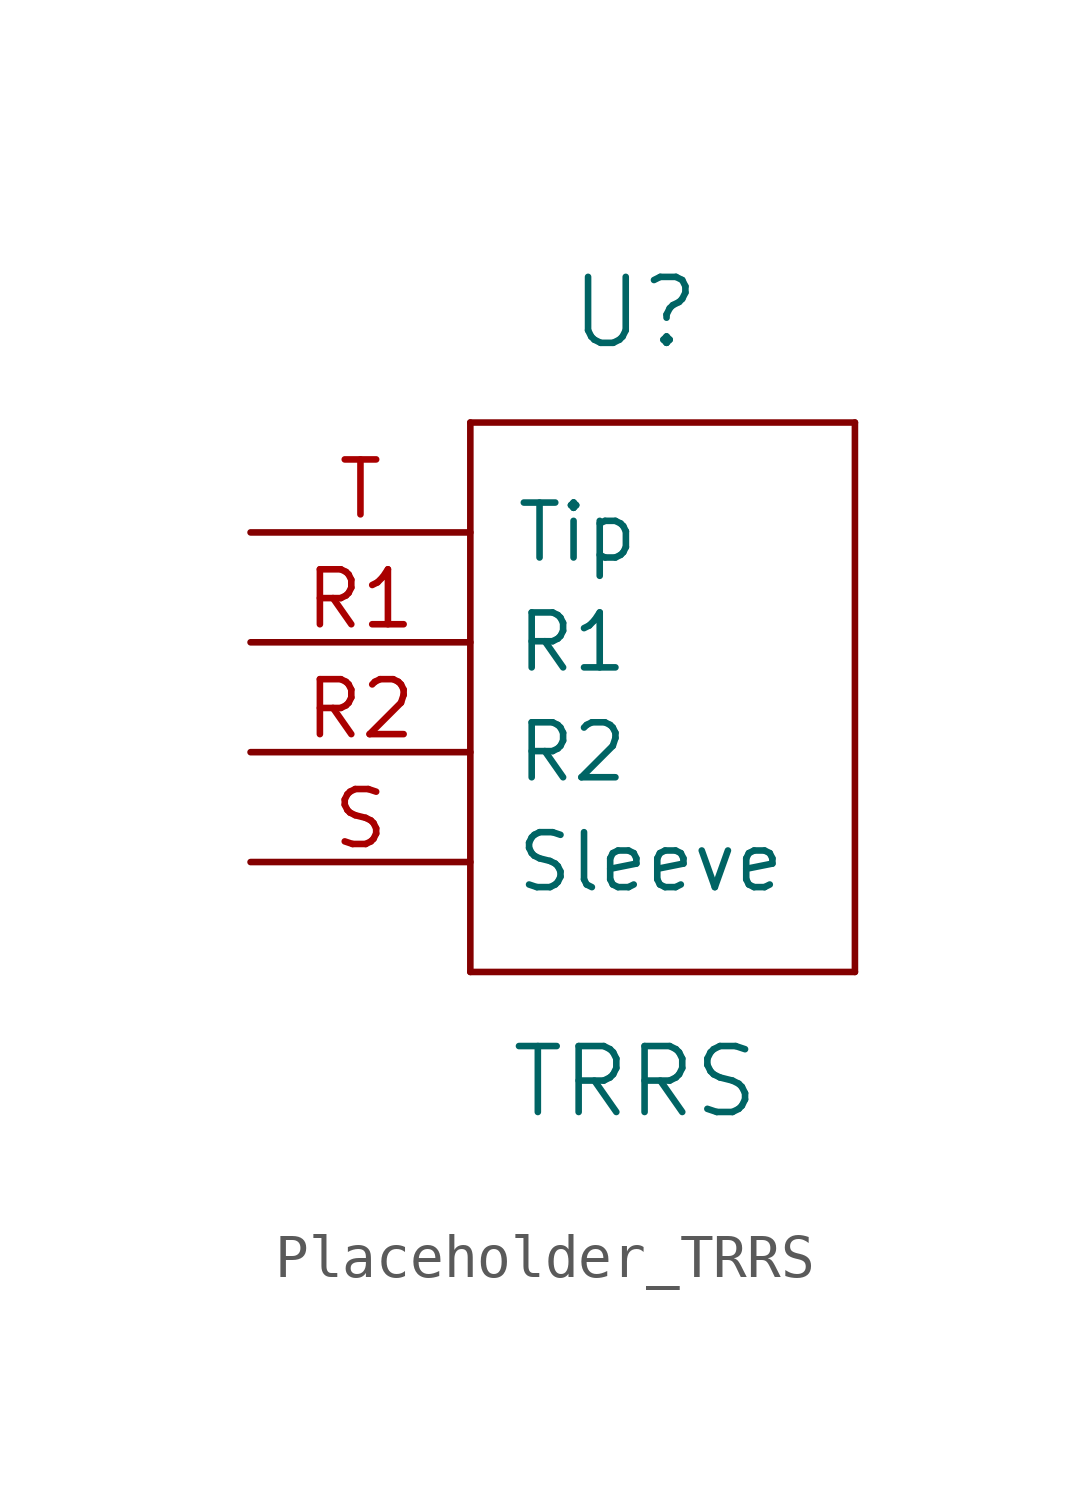
<source format=kicad_sym>
(kicad_symbol_lib
  (version 20231120)
  (generator "kicad_symbol_editor")
  (generator_version "8.0")
  (symbol "Placeholder_TRRS"
    (pin_names
      (offset 1.016))
    (property "Reference" "U"
      (at 0 15.24 0)
      (effects (font (size 1.524 1.524))))
    (property "Value" "TRRS"
      (at 0 -2.54 0)
      (effects (font (size 1.524 1.524))))
    (symbol "Placeholder_TRRS_0_1"
      (rectangle (start -3.81 0) (end -3.81 12.7) (stroke (width 0) (type solid)) (fill (type none)))
      (rectangle (start -3.81 0) (end 5.08 0) (stroke (width 0) (type solid)) (fill (type none)))
      (rectangle (start -3.81 12.7) (end 5.08 12.7) (stroke (width 0) (type solid)) (fill (type none)))
      (rectangle (start 5.08 12.7) (end 5.08 0) (stroke (width 0) (type solid)) (fill (type none))))
    (symbol "Placeholder_TRRS_1_1"
      (pin input line (at -8.89 7.62 0) (length 5.08) (name "R1" (effects (font (size 1.27 1.27)))) (number "R1" (effects (font (size 1.27 1.27)))))
      (pin input line (at -8.89 5.08 0) (length 5.08) (name "R2" (effects (font (size 1.27 1.27)))) (number "R2" (effects (font (size 1.27 1.27)))))
      (pin input line (at -8.89 2.54 0) (length 5.08) (name "Sleeve" (effects (font (size 1.27 1.27)))) (number "S" (effects (font (size 1.27 1.27)))))
      (pin input line (at -8.89 10.16 0) (length 5.08) (name "Tip" (effects (font (size 1.27 1.27)))) (number "T" (effects (font (size 1.27 1.27))))))))
</source>
